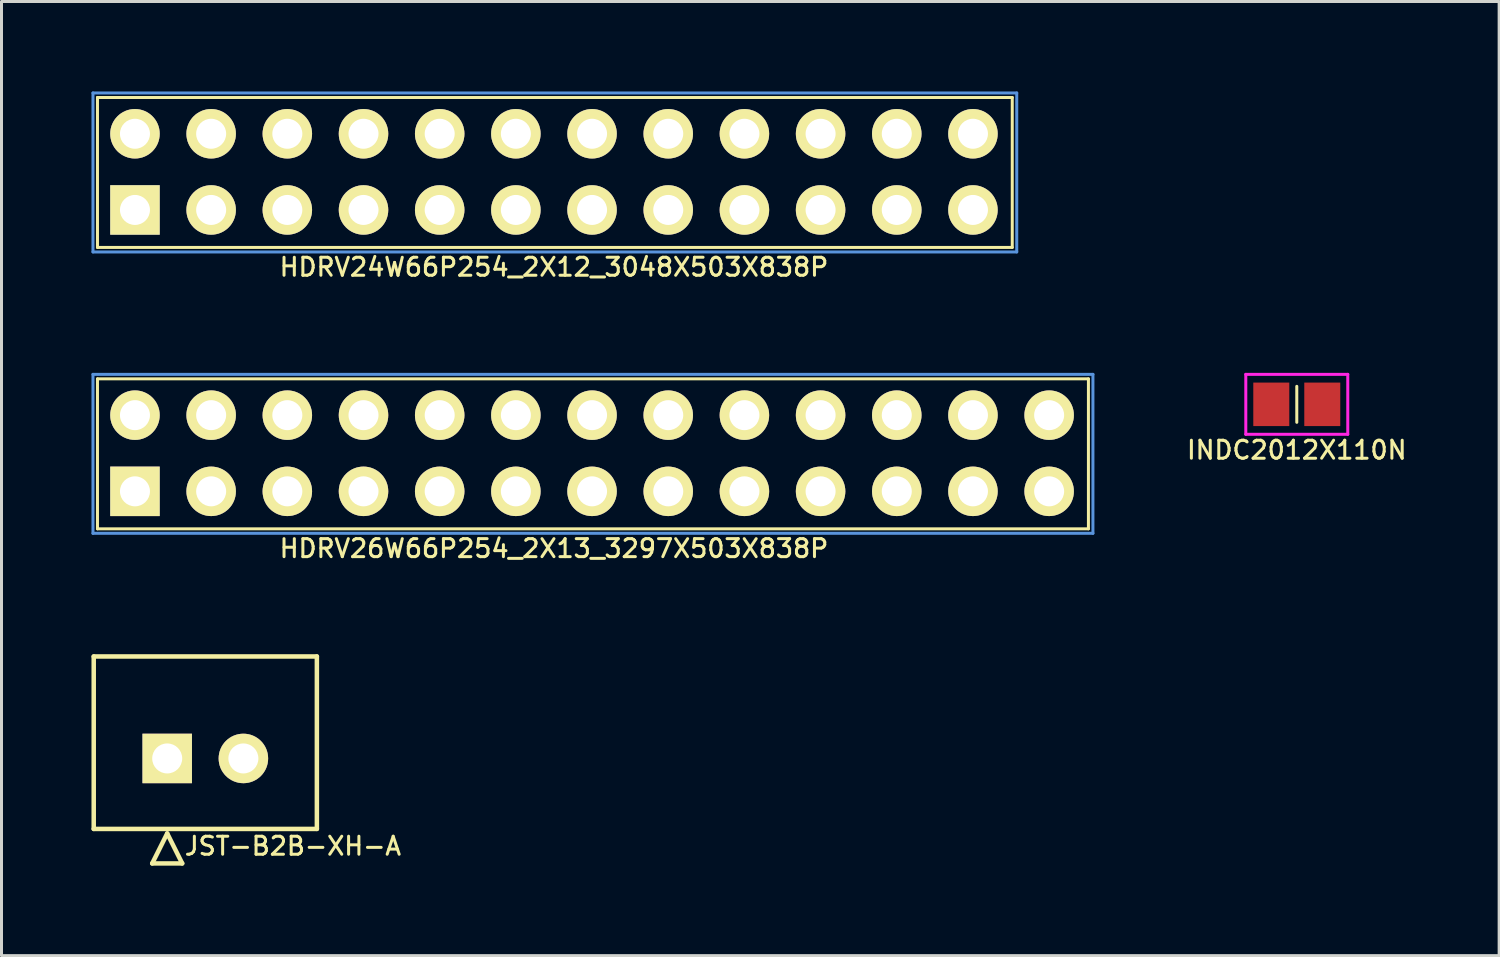
<source format=kicad_pcb>
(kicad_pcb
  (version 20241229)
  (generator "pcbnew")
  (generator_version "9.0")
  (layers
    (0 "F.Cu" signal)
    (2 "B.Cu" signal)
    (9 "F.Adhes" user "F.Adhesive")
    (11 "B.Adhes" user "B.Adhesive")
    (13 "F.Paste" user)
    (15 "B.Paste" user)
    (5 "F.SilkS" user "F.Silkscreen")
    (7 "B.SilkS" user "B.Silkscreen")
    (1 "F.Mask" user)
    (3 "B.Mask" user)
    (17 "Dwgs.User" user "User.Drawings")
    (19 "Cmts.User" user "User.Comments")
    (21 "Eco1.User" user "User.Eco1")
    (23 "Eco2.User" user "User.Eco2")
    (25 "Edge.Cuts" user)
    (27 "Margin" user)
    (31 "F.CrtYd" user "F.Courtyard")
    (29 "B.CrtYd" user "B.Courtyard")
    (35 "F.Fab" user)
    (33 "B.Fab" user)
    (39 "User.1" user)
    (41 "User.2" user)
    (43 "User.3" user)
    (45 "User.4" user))
  (footprint "HDRV26W66P254_2X13_3297X503X838P"
    (layer "F.Cu")
    (at 1.45 13.332)
    (property "Reference" "HDRV26W66P254_2X13_3297X503X838P" (at 13.97 1.905 0) (layer "F.SilkS") (effects (font (size 0.6 0.6) (thickness 0.1))))
    (attr through_hole)
    (fp_line (start -1.25 -3.75) (end 31.79 -3.75) (stroke (width 0.1) (type solid)) (layer "F.SilkS"))
    (fp_line (start -1.25 1.25) (end -1.25 -3.75) (stroke (width 0.1) (type solid)) (layer "F.SilkS"))
    (fp_line (start 31.79 -3.75) (end 31.79 1.25) (stroke (width 0.1) (type solid)) (layer "F.SilkS"))
    (fp_line (start 31.79 1.25) (end -1.25 1.25) (stroke (width 0.1) (type solid)) (layer "F.SilkS"))
    (fp_line (start -1.4 -3.9) (end 31.94 -3.9) (stroke (width 0.1) (type solid)) (layer "Cmts.User"))
    (fp_line (start -1.4 1.4) (end -1.4 -3.9) (stroke (width 0.1) (type solid)) (layer "Cmts.User"))
    (fp_line (start 31.94 -3.9) (end 31.94 1.4) (stroke (width 0.1) (type solid)) (layer "Cmts.User"))
    (fp_line (start 31.94 1.4) (end -1.4 1.4) (stroke (width 0.1) (type solid)) (layer "Cmts.User"))
    (pad "1" thru_hole rect (at 0 0) (size 1.65 1.65) (drill 1) (layers "*.Cu" "*.Mask" "F.SilkS"))
    (pad "2" thru_hole circle (at 0 -2.54) (size 1.65 1.65) (drill 1) (layers "*.Cu" "*.Mask" "F.SilkS"))
    (pad "3" thru_hole circle (at 2.54 0) (size 1.65 1.65) (drill 1) (layers "*.Cu" "*.Mask" "F.SilkS"))
    (pad "4" thru_hole circle (at 2.54 -2.54) (size 1.65 1.65) (drill 1) (layers "*.Cu" "*.Mask" "F.SilkS"))
    (pad "5" thru_hole circle (at 5.08 0) (size 1.65 1.65) (drill 1) (layers "*.Cu" "*.Mask" "F.SilkS"))
    (pad "6" thru_hole circle (at 5.08 -2.54) (size 1.65 1.65) (drill 1) (layers "*.Cu" "*.Mask" "F.SilkS"))
    (pad "7" thru_hole circle (at 7.62 0) (size 1.65 1.65) (drill 1) (layers "*.Cu" "*.Mask" "F.SilkS"))
    (pad "8" thru_hole circle (at 7.62 -2.54) (size 1.65 1.65) (drill 1) (layers "*.Cu" "*.Mask" "F.SilkS"))
    (pad "9" thru_hole circle (at 10.16 0) (size 1.65 1.65) (drill 1) (layers "*.Cu" "*.Mask" "F.SilkS"))
    (pad "10" thru_hole circle (at 10.16 -2.54) (size 1.65 1.65) (drill 1) (layers "*.Cu" "*.Mask" "F.SilkS"))
    (pad "11" thru_hole circle (at 12.7 0) (size 1.65 1.65) (drill 1) (layers "*.Cu" "*.Mask" "F.SilkS"))
    (pad "12" thru_hole circle (at 12.7 -2.54) (size 1.65 1.65) (drill 1) (layers "*.Cu" "*.Mask" "F.SilkS"))
    (pad "13" thru_hole circle (at 15.24 0) (size 1.65 1.65) (drill 1) (layers "*.Cu" "*.Mask" "F.SilkS"))
    (pad "14" thru_hole circle (at 15.24 -2.54) (size 1.65 1.65) (drill 1) (layers "*.Cu" "*.Mask" "F.SilkS"))
    (pad "15" thru_hole circle (at 17.78 0) (size 1.65 1.65) (drill 1) (layers "*.Cu" "*.Mask" "F.SilkS"))
    (pad "16" thru_hole circle (at 17.78 -2.54) (size 1.65 1.65) (drill 1) (layers "*.Cu" "*.Mask" "F.SilkS"))
    (pad "17" thru_hole circle (at 20.32 0) (size 1.65 1.65) (drill 1) (layers "*.Cu" "*.Mask" "F.SilkS"))
    (pad "18" thru_hole circle (at 20.32 -2.54) (size 1.65 1.65) (drill 1) (layers "*.Cu" "*.Mask" "F.SilkS"))
    (pad "19" thru_hole circle (at 22.86 0) (size 1.65 1.65) (drill 1) (layers "*.Cu" "*.Mask" "F.SilkS"))
    (pad "20" thru_hole circle (at 22.86 -2.54) (size 1.65 1.65) (drill 1) (layers "*.Cu" "*.Mask" "F.SilkS"))
    (pad "21" thru_hole circle (at 25.4 0) (size 1.65 1.65) (drill 1) (layers "*.Cu" "*.Mask" "F.SilkS"))
    (pad "22" thru_hole circle (at 25.4 -2.54) (size 1.65 1.65) (drill 1) (layers "*.Cu" "*.Mask" "F.SilkS"))
    (pad "23" thru_hole circle (at 27.94 0) (size 1.65 1.65) (drill 1) (layers "*.Cu" "*.Mask" "F.SilkS"))
    (pad "24" thru_hole circle (at 27.94 -2.54) (size 1.65 1.65) (drill 1) (layers "*.Cu" "*.Mask" "F.SilkS"))
    (pad "25" thru_hole circle (at 30.48 0) (size 1.65 1.65) (drill 1) (layers "*.Cu" "*.Mask" "F.SilkS"))
    (pad "26" thru_hole circle (at 30.48 -2.54) (size 1.65 1.65) (drill 1) (layers "*.Cu" "*.Mask" "F.SilkS")))
  (footprint "HDRV24W66P254_2X12_3048X503X838P"
    (layer "F.Cu")
    (at 1.45 3.95)
    (property "Reference" "HDRV24W66P254_2X12_3048X503X838P" (at 13.97 1.905 0) (layer "F.SilkS") (effects (font (size 0.6 0.6) (thickness 0.1))))
    (attr through_hole)
    (fp_line (start -1.25 -3.75) (end 29.25 -3.75) (stroke (width 0.1) (type solid)) (layer "F.SilkS"))
    (fp_line (start -1.25 1.25) (end -1.25 -3.75) (stroke (width 0.1) (type solid)) (layer "F.SilkS"))
    (fp_line (start 29.25 -3.75) (end 29.25 1.25) (stroke (width 0.1) (type solid)) (layer "F.SilkS"))
    (fp_line (start 29.25 1.25) (end -1.25 1.25) (stroke (width 0.1) (type solid)) (layer "F.SilkS"))
    (fp_line (start -1.4 -3.9) (end 29.4 -3.9) (stroke (width 0.1) (type solid)) (layer "Cmts.User"))
    (fp_line (start -1.4 1.4) (end -1.4 -3.9) (stroke (width 0.1) (type solid)) (layer "Cmts.User"))
    (fp_line (start 29.4 -3.9) (end 29.4 1.4) (stroke (width 0.1) (type solid)) (layer "Cmts.User"))
    (fp_line (start 29.4 1.4) (end -1.4 1.4) (stroke (width 0.1) (type solid)) (layer "Cmts.User"))
    (pad "1" thru_hole rect (at 0 0) (size 1.65 1.65) (drill 1) (layers "*.Cu" "*.Mask" "F.SilkS"))
    (pad "2" thru_hole circle (at 0 -2.54) (size 1.65 1.65) (drill 1) (layers "*.Cu" "*.Mask" "F.SilkS"))
    (pad "3" thru_hole circle (at 2.54 0) (size 1.65 1.65) (drill 1) (layers "*.Cu" "*.Mask" "F.SilkS"))
    (pad "4" thru_hole circle (at 2.54 -2.54) (size 1.65 1.65) (drill 1) (layers "*.Cu" "*.Mask" "F.SilkS"))
    (pad "5" thru_hole circle (at 5.08 0) (size 1.65 1.65) (drill 1) (layers "*.Cu" "*.Mask" "F.SilkS"))
    (pad "6" thru_hole circle (at 5.08 -2.54) (size 1.65 1.65) (drill 1) (layers "*.Cu" "*.Mask" "F.SilkS"))
    (pad "7" thru_hole circle (at 7.62 0) (size 1.65 1.65) (drill 1) (layers "*.Cu" "*.Mask" "F.SilkS"))
    (pad "8" thru_hole circle (at 7.62 -2.54) (size 1.65 1.65) (drill 1) (layers "*.Cu" "*.Mask" "F.SilkS"))
    (pad "9" thru_hole circle (at 10.16 0) (size 1.65 1.65) (drill 1) (layers "*.Cu" "*.Mask" "F.SilkS"))
    (pad "10" thru_hole circle (at 10.16 -2.54) (size 1.65 1.65) (drill 1) (layers "*.Cu" "*.Mask" "F.SilkS"))
    (pad "11" thru_hole circle (at 12.7 0) (size 1.65 1.65) (drill 1) (layers "*.Cu" "*.Mask" "F.SilkS"))
    (pad "12" thru_hole circle (at 12.7 -2.54) (size 1.65 1.65) (drill 1) (layers "*.Cu" "*.Mask" "F.SilkS"))
    (pad "13" thru_hole circle (at 15.24 0) (size 1.65 1.65) (drill 1) (layers "*.Cu" "*.Mask" "F.SilkS"))
    (pad "14" thru_hole circle (at 15.24 -2.54) (size 1.65 1.65) (drill 1) (layers "*.Cu" "*.Mask" "F.SilkS"))
    (pad "15" thru_hole circle (at 17.78 0) (size 1.65 1.65) (drill 1) (layers "*.Cu" "*.Mask" "F.SilkS"))
    (pad "16" thru_hole circle (at 17.78 -2.54) (size 1.65 1.65) (drill 1) (layers "*.Cu" "*.Mask" "F.SilkS"))
    (pad "17" thru_hole circle (at 20.32 0) (size 1.65 1.65) (drill 1) (layers "*.Cu" "*.Mask" "F.SilkS"))
    (pad "18" thru_hole circle (at 20.32 -2.54) (size 1.65 1.65) (drill 1) (layers "*.Cu" "*.Mask" "F.SilkS"))
    (pad "19" thru_hole circle (at 22.86 0) (size 1.65 1.65) (drill 1) (layers "*.Cu" "*.Mask" "F.SilkS"))
    (pad "20" thru_hole circle (at 22.86 -2.54) (size 1.65 1.65) (drill 1) (layers "*.Cu" "*.Mask" "F.SilkS"))
    (pad "21" thru_hole circle (at 25.4 0) (size 1.65 1.65) (drill 1) (layers "*.Cu" "*.Mask" "F.SilkS"))
    (pad "22" thru_hole circle (at 25.4 -2.54) (size 1.65 1.65) (drill 1) (layers "*.Cu" "*.Mask" "F.SilkS"))
    (pad "23" thru_hole circle (at 27.94 0) (size 1.65 1.65) (drill 1) (layers "*.Cu" "*.Mask" "F.SilkS"))
    (pad "24" thru_hole circle (at 27.94 -2.54) (size 1.65 1.65) (drill 1) (layers "*.Cu" "*.Mask" "F.SilkS")))
  (footprint "JST-B2B-XH-A"
    (layer "F.Cu")
    (at 2.525 22.238)
    (property "Reference" "JST-B2B-XH-A" (at 4.191 2.921 0) (layer "F.SilkS") (effects (font (size 0.6 0.6) (thickness 0.1))))
    (attr through_hole)
    (fp_line (start -2.45 -3.4) (end -2.45 2.35) (stroke (width 0.15) (type solid)) (layer "F.SilkS"))
    (fp_line (start -2.45 -3.4) (end 4.99 -3.4) (stroke (width 0.15) (type solid)) (layer "F.SilkS"))
    (fp_line (start -0.5 3.5) (end 0.5 3.5) (stroke (width 0.15) (type solid)) (layer "F.SilkS"))
    (fp_line (start 0 2.5) (end -0.5 3.5) (stroke (width 0.15) (type solid)) (layer "F.SilkS"))
    (fp_line (start 0.5 3.5) (end 0 2.5) (stroke (width 0.15) (type solid)) (layer "F.SilkS"))
    (fp_line (start 4.99 2.35) (end -2.45 2.35) (stroke (width 0.15) (type solid)) (layer "F.SilkS"))
    (fp_line (start 4.99 2.35) (end 4.99 -3.4) (stroke (width 0.15) (type solid)) (layer "F.SilkS"))
    (pad "1" thru_hole rect (at 0 0) (size 1.65 1.65) (drill 1) (layers "*.Cu" "*.Mask" "F.SilkS"))
    (pad "2" thru_hole circle (at 2.54 0) (size 1.65 1.65) (drill 1) (layers "*.Cu" "*.Mask" "F.SilkS")))
  (footprint "INDC2012X110N"
    (layer "F.Cu")
    (at 40.187 10.431)
    (property "Reference" "INDC2012X110N" (at 0 1.524 0) (layer "F.SilkS") (effects (font (size 0.6 0.6) (thickness 0.1))))
    (attr through_hole)
    (fp_line (start 0 -0.6) (end 0 0.6) (stroke (width 0.1) (type solid)) (layer "F.SilkS"))
    (fp_line (start -1.7 -1) (end 1.7 -1) (stroke (width 0.1) (type solid)) (layer "F.CrtYd"))
    (fp_line (start -1.7 1) (end -1.7 -1) (stroke (width 0.1) (type solid)) (layer "F.CrtYd"))
    (fp_line (start 1.7 -1) (end 1.7 1) (stroke (width 0.1) (type solid)) (layer "F.CrtYd"))
    (fp_line (start 1.7 1) (end -1.7 1) (stroke (width 0.1) (type solid)) (layer "F.CrtYd"))
    (pad "1" smd rect (at -0.85 0) (size 1.2 1.45) (layers "F.Cu" "F.Mask" "F.Paste"))
    (pad "2" smd rect (at 0.85 0) (size 1.2 1.45) (layers "F.Cu" "F.Mask" "F.Paste")))
  (gr_rect
    (start -3 -3)
    (end 46.934 28.813)
    (stroke (width 0.1) (type default))
    (fill no)
    (layer "Edge.Cuts")))
</source>
